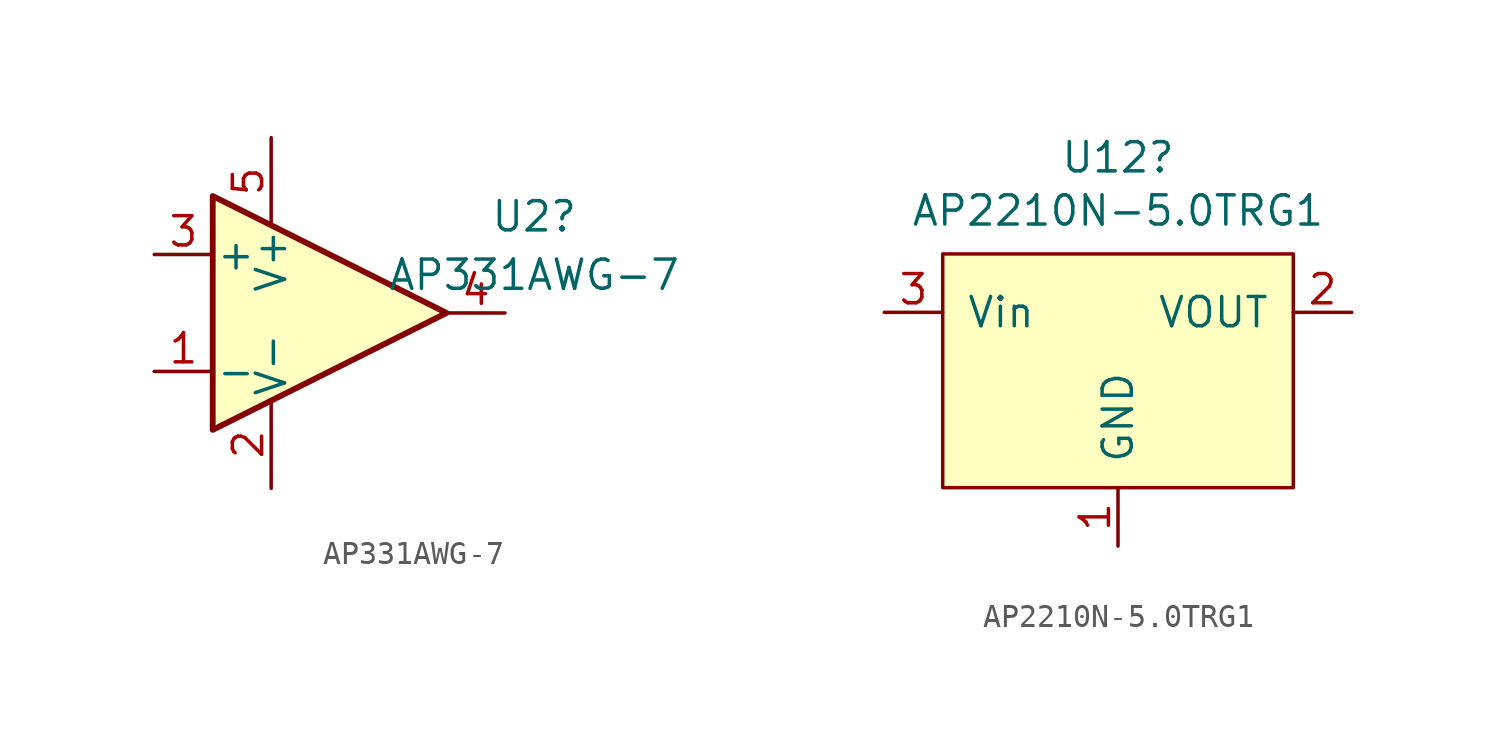
<source format=kicad_sym>
(kicad_symbol_lib
  (version 20241209)
  (generator "kicad_symbol_editor")
  (generator_version "9.0")
  (symbol "AP331AWG-7"
    (pin_names
      (offset 0.127))
    (property "Reference" "U2"
      (at 8.89 4.191 0)
      (effects (font (size 1.27 1.27))))
    (property "Value" "AP331AWG-7"
      (at 8.89 1.651 0)
      (effects (font (size 1.27 1.27))))
    (symbol "AP331AWG-7_0_1"
      (polyline (pts (xy -5.08 5.08) (xy 5.08 0) (xy -5.08 -5.08) (xy -5.08 5.08)) (stroke (width 0.254) (type default)) (fill (type background))))
    (symbol "AP331AWG-7_1_1"
      (pin input line (at -7.62 2.54 0) (length 2.54) (name "+" (effects (font (size 1.27 1.27)))) (number "3" (effects (font (size 1.27 1.27)))))
      (pin input line (at -7.62 -2.54 0) (length 2.54) (name "-" (effects (font (size 1.27 1.27)))) (number "1" (effects (font (size 1.27 1.27)))))
      (pin power_in line (at -2.54 7.62 270) (length 3.81) (name "V+" (effects (font (size 1.27 1.27)))) (number "5" (effects (font (size 1.27 1.27)))))
      (pin power_in line (at -2.54 -7.62 90) (length 3.81) (name "V-" (effects (font (size 1.27 1.27)))) (number "2" (effects (font (size 1.27 1.27)))))
      (pin open_collector line (at 7.62 0 180) (length 2.54) (name "~" (effects (font (size 1.27 1.27)))) (number "4" (effects (font (size 1.27 1.27)))))))
  (symbol "AP2210N-5.0TRG1"
    (pin_names
      (offset 1.016))
    (property "Reference" "U12"
      (at 0 6.731 0)
      (effects (font (size 1.27 1.27))))
    (property "Value" "AP2210N-5.0TRG1"
      (at 0 4.42 0)
      (effects (font (size 1.27 1.27))))
    (symbol "AP2210N-5.0TRG1_0_1"
      (rectangle (start -7.62 2.54) (end 7.62 -7.62) (stroke (width 0) (type default)) (fill (type background))))
    (symbol "AP2210N-5.0TRG1_1_1"
      (pin power_in line (at -10.16 0 0) (length 2.54) (name "Vin" (effects (font (size 1.27 1.27)))) (number "3" (effects (font (size 1.27 1.27)))))
      (pin power_in line (at 0 -10.16 90) (length 2.54) (name "GND" (effects (font (size 1.27 1.27)))) (number "1" (effects (font (size 1.27 1.27)))))
      (pin power_out line (at 10.16 0 180) (length 2.54) (name "VOUT" (effects (font (size 1.27 1.27)))) (number "2" (effects (font (size 1.27 1.27))))))))
</source>
